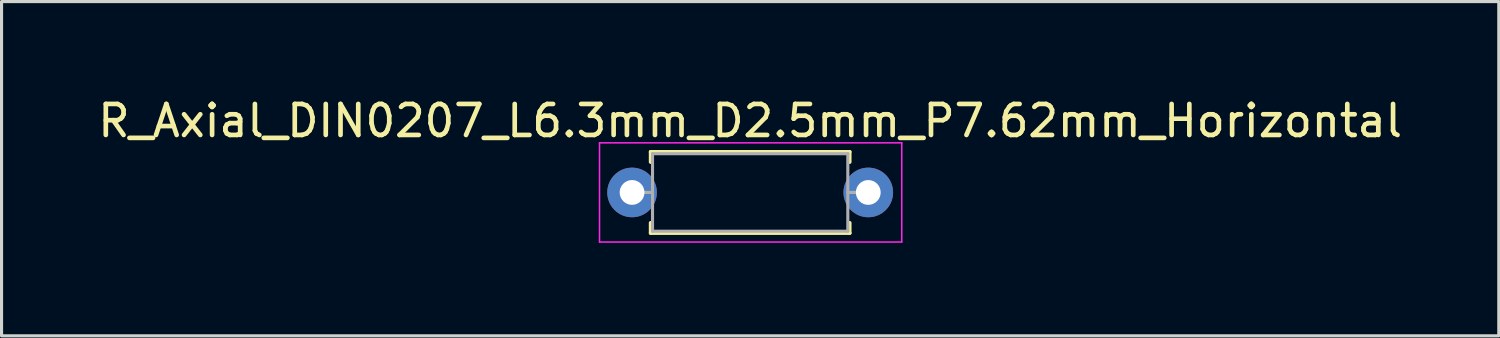
<source format=kicad_pcb>
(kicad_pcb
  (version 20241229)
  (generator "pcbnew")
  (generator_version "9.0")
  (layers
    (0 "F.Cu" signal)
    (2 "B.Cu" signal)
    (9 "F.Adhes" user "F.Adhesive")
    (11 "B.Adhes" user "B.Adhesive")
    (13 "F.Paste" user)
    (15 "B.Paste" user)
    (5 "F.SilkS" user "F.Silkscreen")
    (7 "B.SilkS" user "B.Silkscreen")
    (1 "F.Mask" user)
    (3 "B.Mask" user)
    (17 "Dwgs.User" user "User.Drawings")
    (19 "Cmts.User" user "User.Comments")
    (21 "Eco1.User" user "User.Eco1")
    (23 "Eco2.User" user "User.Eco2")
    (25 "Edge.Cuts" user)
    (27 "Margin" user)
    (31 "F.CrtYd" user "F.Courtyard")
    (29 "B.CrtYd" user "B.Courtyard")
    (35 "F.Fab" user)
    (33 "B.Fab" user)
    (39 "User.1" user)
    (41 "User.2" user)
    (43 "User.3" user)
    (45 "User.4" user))
  (footprint "R_Axial_DIN0207_L6.3mm_D2.5mm_P7.62mm_Horizontal"
    (layer "F.Cu")
    (at 17.339 3.158)
    (property "Reference" "R_Axial_DIN0207_L6.3mm_D2.5mm_P7.62mm_Horizontal" (at 3.81 -2.31 0) (layer "F.SilkS") (effects (font (size 1 1) (thickness 0.15))))
    (attr through_hole)
    (fp_line (start 0.6 -1.31) (end 7.02 -1.31) (stroke (width 0.12) (type solid)) (layer "F.SilkS"))
    (fp_line (start 0.6 -0.98) (end 0.6 -1.31) (stroke (width 0.12) (type solid)) (layer "F.SilkS"))
    (fp_line (start 0.6 0.98) (end 0.6 1.31) (stroke (width 0.12) (type solid)) (layer "F.SilkS"))
    (fp_line (start 0.6 1.31) (end 7.02 1.31) (stroke (width 0.12) (type solid)) (layer "F.SilkS"))
    (fp_line (start 7.02 -1.31) (end 7.02 -0.98) (stroke (width 0.12) (type solid)) (layer "F.SilkS"))
    (fp_line (start 7.02 1.31) (end 7.02 0.98) (stroke (width 0.12) (type solid)) (layer "F.SilkS"))
    (fp_line (start -1.05 -1.6) (end -1.05 1.6) (stroke (width 0.05) (type solid)) (layer "F.CrtYd"))
    (fp_line (start -1.05 1.6) (end 8.7 1.6) (stroke (width 0.05) (type solid)) (layer "F.CrtYd"))
    (fp_line (start 8.7 -1.6) (end -1.05 -1.6) (stroke (width 0.05) (type solid)) (layer "F.CrtYd"))
    (fp_line (start 8.7 1.6) (end 8.7 -1.6) (stroke (width 0.05) (type solid)) (layer "F.CrtYd"))
    (fp_line (start 0 0) (end 0.66 0) (stroke (width 0.1) (type solid)) (layer "F.Fab"))
    (fp_line (start 0.66 -1.25) (end 0.66 1.25) (stroke (width 0.1) (type solid)) (layer "F.Fab"))
    (fp_line (start 0.66 1.25) (end 6.96 1.25) (stroke (width 0.1) (type solid)) (layer "F.Fab"))
    (fp_line (start 6.96 -1.25) (end 0.66 -1.25) (stroke (width 0.1) (type solid)) (layer "F.Fab"))
    (fp_line (start 6.96 1.25) (end 6.96 -1.25) (stroke (width 0.1) (type solid)) (layer "F.Fab"))
    (fp_line (start 7.62 0) (end 6.96 0) (stroke (width 0.1) (type solid)) (layer "F.Fab"))
    (pad "1" thru_hole circle (at 0 0) (size 1.6 1.6) (drill 0.8) (layers "*.Cu" "*.Mask"))
    (pad "2" thru_hole oval (at 7.62 0) (size 1.6 1.6) (drill 0.8) (layers "*.Cu" "*.Mask")))
  (gr_rect
    (start -3 -3)
    (end 45.298 7.783)
    (stroke (width 0.1) (type default))
    (fill no)
    (layer "Edge.Cuts")))
</source>
